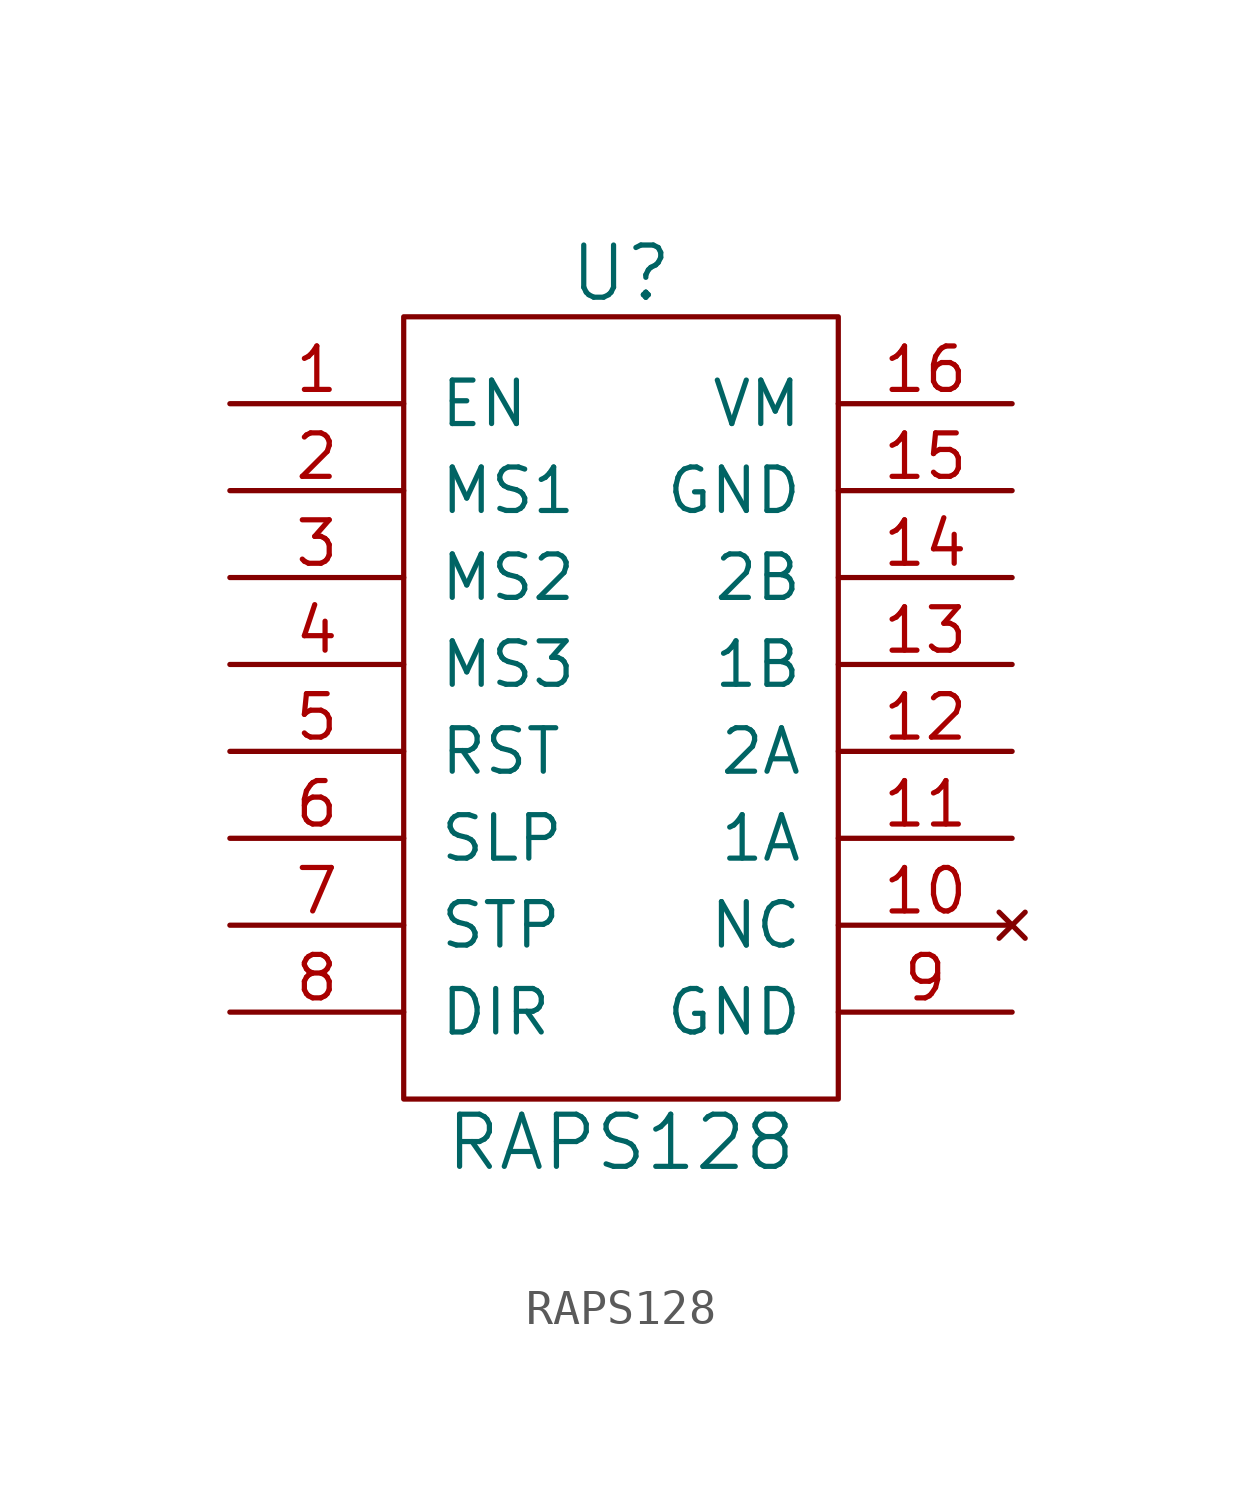
<source format=kicad_sym>
(kicad_symbol_lib
  (version 20220914)
  (generator kicad_symbol_editor)
  (symbol "RAPS128"
    (pin_names
      (offset 1.016))
    (property "Reference" "U"
      (at 0 8.89 0)
      (effects (font (size 1.524 1.524))))
    (property "Value" "RAPS128"
      (at 0 -16.51 0)
      (effects (font (size 1.524 1.524))))
    (property "Footprint" ""
      (at 0 0 0)
      (effects (font (size 1.524 1.524))))
    (property "Datasheet" ""
      (at 0 0 0)
      (effects (font (size 1.524 1.524))))
    (symbol "RAPS128_0_1"
      (rectangle (start -6.35 7.62) (end 6.35 -15.24) (stroke (width 0) (type solid)) (fill (type none))))
    (symbol "RAPS128_1_1"
      (pin input line (at -11.43 5.08 0) (length 5.08) (name "EN" (effects (font (size 1.27 1.27)))) (number "1" (effects (font (size 1.27 1.27)))))
      (pin no_connect line (at 11.43 -10.16 180) (length 5.08) (name "NC" (effects (font (size 1.27 1.27)))) (number "10" (effects (font (size 1.27 1.27)))))
      (pin power_out line (at 11.43 -7.62 180) (length 5.08) (name "1A" (effects (font (size 1.27 1.27)))) (number "11" (effects (font (size 1.27 1.27)))))
      (pin power_out line (at 11.43 -5.08 180) (length 5.08) (name "2A" (effects (font (size 1.27 1.27)))) (number "12" (effects (font (size 1.27 1.27)))))
      (pin power_out line (at 11.43 -2.54 180) (length 5.08) (name "1B" (effects (font (size 1.27 1.27)))) (number "13" (effects (font (size 1.27 1.27)))))
      (pin power_out line (at 11.43 0 180) (length 5.08) (name "2B" (effects (font (size 1.27 1.27)))) (number "14" (effects (font (size 1.27 1.27)))))
      (pin power_in line (at 11.43 2.54 180) (length 5.08) (name "GND" (effects (font (size 1.27 1.27)))) (number "15" (effects (font (size 1.27 1.27)))))
      (pin power_in line (at 11.43 5.08 180) (length 5.08) (name "VM" (effects (font (size 1.27 1.27)))) (number "16" (effects (font (size 1.27 1.27)))))
      (pin input line (at -11.43 2.54 0) (length 5.08) (name "MS1" (effects (font (size 1.27 1.27)))) (number "2" (effects (font (size 1.27 1.27)))))
      (pin input line (at -11.43 0 0) (length 5.08) (name "MS2" (effects (font (size 1.27 1.27)))) (number "3" (effects (font (size 1.27 1.27)))))
      (pin input line (at -11.43 -2.54 0) (length 5.08) (name "MS3" (effects (font (size 1.27 1.27)))) (number "4" (effects (font (size 1.27 1.27)))))
      (pin input line (at -11.43 -5.08 0) (length 5.08) (name "RST" (effects (font (size 1.27 1.27)))) (number "5" (effects (font (size 1.27 1.27)))))
      (pin input line (at -11.43 -7.62 0) (length 5.08) (name "SLP" (effects (font (size 1.27 1.27)))) (number "6" (effects (font (size 1.27 1.27)))))
      (pin input line (at -11.43 -10.16 0) (length 5.08) (name "STP" (effects (font (size 1.27 1.27)))) (number "7" (effects (font (size 1.27 1.27)))))
      (pin input line (at -11.43 -12.7 0) (length 5.08) (name "DIR" (effects (font (size 1.27 1.27)))) (number "8" (effects (font (size 1.27 1.27)))))
      (pin power_in line (at 11.43 -12.7 180) (length 5.08) (name "GND" (effects (font (size 1.27 1.27)))) (number "9" (effects (font (size 1.27 1.27))))))))
</source>
